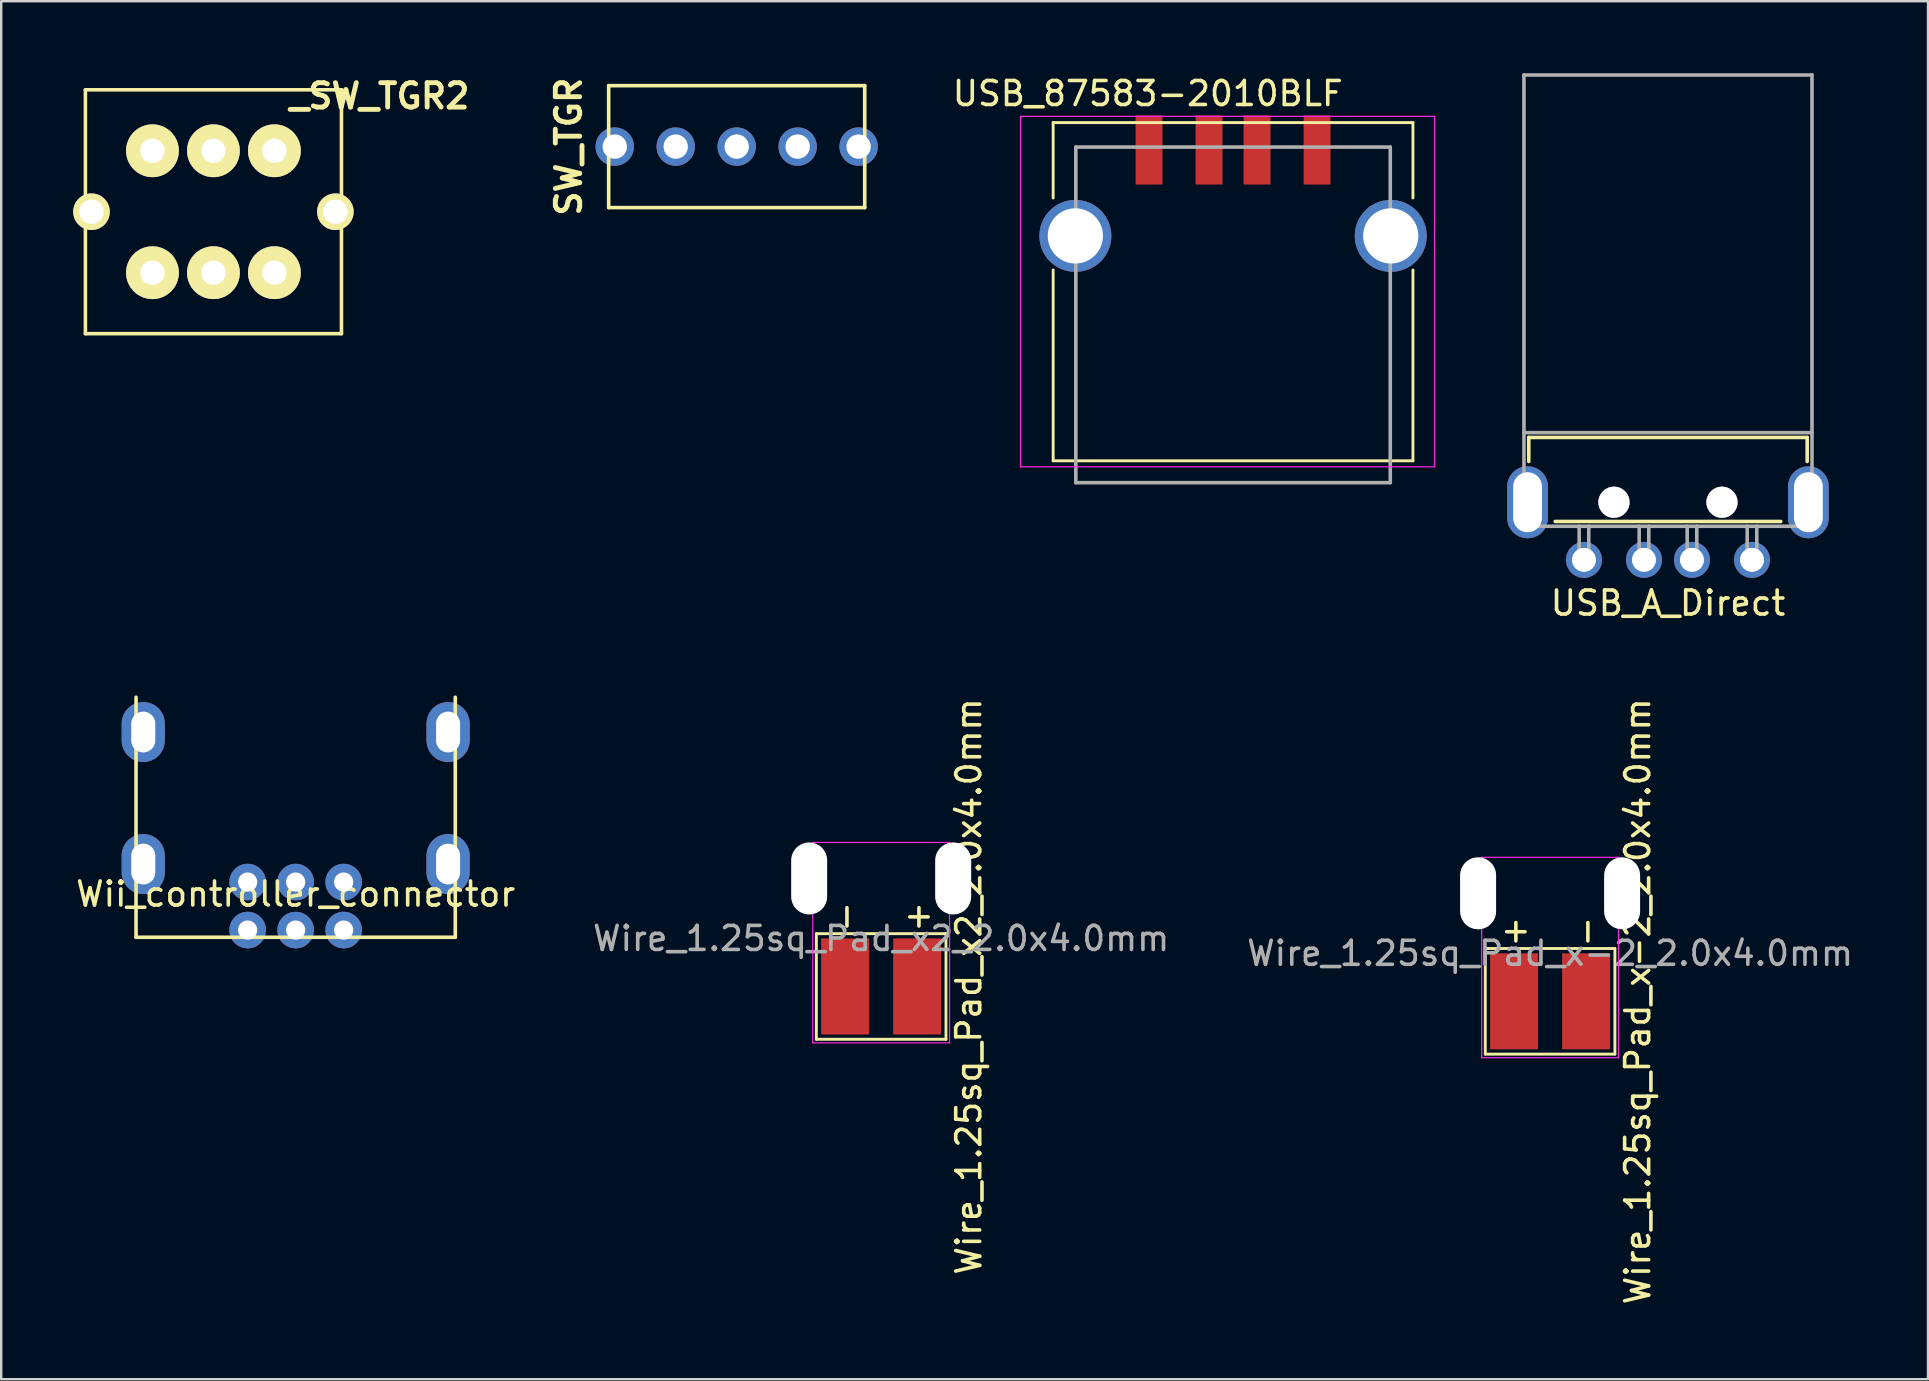
<source format=kicad_pcb>
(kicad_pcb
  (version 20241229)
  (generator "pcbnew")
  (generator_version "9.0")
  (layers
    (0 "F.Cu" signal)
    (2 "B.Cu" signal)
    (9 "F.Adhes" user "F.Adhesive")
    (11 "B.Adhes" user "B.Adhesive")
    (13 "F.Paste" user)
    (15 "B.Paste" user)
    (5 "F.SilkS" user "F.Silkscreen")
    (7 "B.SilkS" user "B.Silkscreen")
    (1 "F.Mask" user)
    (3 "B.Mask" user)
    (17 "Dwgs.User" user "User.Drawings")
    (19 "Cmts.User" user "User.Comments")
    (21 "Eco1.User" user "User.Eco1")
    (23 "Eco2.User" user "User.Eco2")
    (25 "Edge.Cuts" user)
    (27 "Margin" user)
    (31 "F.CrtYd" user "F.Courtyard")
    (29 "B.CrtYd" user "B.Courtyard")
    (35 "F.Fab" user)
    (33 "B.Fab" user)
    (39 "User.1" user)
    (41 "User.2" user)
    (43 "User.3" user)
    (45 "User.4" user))
  (footprint "Wii_controller_connector"
    (layer "F.Cu")
    (at 9.268 33.698)
    (property "Reference" "Wii_controller_connector" (at 0 0.5 0) (layer "F.SilkS") (effects (font (size 1 1) (thickness 0.15))))
    (attr through_hole)
    (fp_line (start -6.65 2.3) (end -6.65 -7.7) (stroke (width 0.15) (type solid)) (layer "F.SilkS"))
    (fp_line (start -6.65 2.3) (end 6.65 2.3) (stroke (width 0.15) (type solid)) (layer "F.SilkS"))
    (fp_line (start 6.65 2.3) (end 6.65 -7.7) (stroke (width 0.15) (type solid)) (layer "F.SilkS"))
    (pad "1" thru_hole circle (at 2 2) (size 1.524 1.524) (drill 0.8) (layers "*.Cu" "*.Mask"))
    (pad "2" thru_hole circle (at 2 0) (size 1.524 1.524) (drill 0.8) (layers "*.Cu" "*.Mask"))
    (pad "3" thru_hole circle (at 0 2) (size 1.524 1.524) (drill 0.8) (layers "*.Cu" "*.Mask"))
    (pad "4" thru_hole circle (at 0 0) (size 1.524 1.524) (drill 0.8) (layers "*.Cu" "*.Mask"))
    (pad "5" thru_hole circle (at -2 2) (size 1.524 1.524) (drill 0.8) (layers "*.Cu" "*.Mask"))
    (pad "6" thru_hole circle (at -2 0) (size 1.524 1.524) (drill 0.8) (layers "*.Cu" "*.Mask"))
    (pad "7" thru_hole oval (at -6.35 -6.25) (size 1.8 2.5) (drill oval 1 1.7) (layers "*.Cu" "*.Mask"))
    (pad "7" thru_hole oval (at -6.35 -0.75) (size 1.8 2.5) (drill oval 1 1.7) (layers "*.Cu" "*.Mask"))
    (pad "7" thru_hole oval (at 6.35 -6.25) (size 1.8 2.5) (drill oval 1 1.7) (layers "*.Cu" "*.Mask"))
    (pad "7" thru_hole oval (at 6.35 -0.75) (size 1.8 2.5) (drill oval 1 1.7) (layers "*.Cu" "*.Mask")))
  (footprint "Wire_1.25sq_Pad_x2_2.0x4.0mm"
    (layer "F.Cu")
    (at 33.661 38.048)
    (property "Reference" "Wire_1.25sq_Pad_x2_2.0x4.0mm" (at 3.65 0 90) (layer "F.SilkS") (effects (font (size 1 1) (thickness 0.15))))
    (attr exclude_from_pos_files exclude_from_bom)
    (fp_line (start -2.7 -2.2) (end 2.7 -2.2) (stroke (width 0.12) (type solid)) (layer "F.SilkS"))
    (fp_line (start -2.7 2.2) (end -2.7 -2.2) (stroke (width 0.12) (type solid)) (layer "F.SilkS"))
    (fp_line (start 2.7 -2.2) (end 2.7 2.2) (stroke (width 0.12) (type solid)) (layer "F.SilkS"))
    (fp_line (start 2.7 2.2) (end -2.7 2.2) (stroke (width 0.12) (type solid)) (layer "F.SilkS"))
    (fp_line (start -2.85 -6) (end -2.85 2.35) (stroke (width 0.05) (type solid)) (layer "F.CrtYd"))
    (fp_line (start -2.85 -6) (end 2.85 -6) (stroke (width 0.05) (type solid)) (layer "F.CrtYd"))
    (fp_line (start 2.85 2.35) (end -2.85 2.35) (stroke (width 0.05) (type solid)) (layer "F.CrtYd"))
    (fp_line (start 2.85 2.35) (end 2.85 -6) (stroke (width 0.05) (type solid)) (layer "F.CrtYd"))
    (fp_text user "-" (at -1.5 -2.9 90) (layer "F.SilkS") (effects (font (size 1 1) (thickness 0.15))))
    (fp_text user "+" (at 1.5 -2.9 90) (layer "F.SilkS") (effects (font (size 1 1) (thickness 0.15))))
    (fp_text user "${REFERENCE}" (at 0 -2 0) (layer "F.Fab") (effects (font (size 1 1) (thickness 0.15))))
    (pad "" np_thru_hole oval (at -3 -4.5 90) (size 3 1.5) (drill oval 3 1.5) (layers "*.Cu" "*.Mask"))
    (pad "" np_thru_hole oval (at 3 -4.5 90) (size 3 1.5) (drill oval 3 1.5) (layers "*.Cu" "*.Mask"))
    (pad "1" smd rect (at 1.5 0) (size 2 4) (layers "F.Cu" "F.Mask"))
    (pad "2" smd rect (at -1.5 0) (size 2 4) (layers "F.Cu" "F.Mask")))
  (footprint "Wire_1.25sq_Pad_x-2_2.0x4.0mm"
    (layer "F.Cu")
    (at 61.53 38.667)
    (property "Reference" "Wire_1.25sq_Pad_x-2_2.0x4.0mm" (at 3.65 0 90) (layer "F.SilkS") (effects (font (size 1 1) (thickness 0.15))))
    (attr exclude_from_pos_files exclude_from_bom)
    (fp_line (start -2.7 -2.2) (end 2.7 -2.2) (stroke (width 0.12) (type solid)) (layer "F.SilkS"))
    (fp_line (start -2.7 2.2) (end -2.7 -2.2) (stroke (width 0.12) (type solid)) (layer "F.SilkS"))
    (fp_line (start 2.7 -2.2) (end 2.7 2.2) (stroke (width 0.12) (type solid)) (layer "F.SilkS"))
    (fp_line (start 2.7 2.2) (end -2.7 2.2) (stroke (width 0.12) (type solid)) (layer "F.SilkS"))
    (fp_line (start -2.85 -6) (end -2.85 2.35) (stroke (width 0.05) (type solid)) (layer "F.CrtYd"))
    (fp_line (start -2.85 -6) (end 2.85 -6) (stroke (width 0.05) (type solid)) (layer "F.CrtYd"))
    (fp_line (start 2.85 2.35) (end -2.85 2.35) (stroke (width 0.05) (type solid)) (layer "F.CrtYd"))
    (fp_line (start 2.85 2.35) (end 2.85 -6) (stroke (width 0.05) (type solid)) (layer "F.CrtYd"))
    (fp_text user "+" (at -1.5 -2.9 90) (layer "F.SilkS") (effects (font (size 1 1) (thickness 0.15))))
    (fp_text user "-" (at 1.5 -2.9 90) (layer "F.SilkS") (effects (font (size 1 1) (thickness 0.15))))
    (fp_text user "${REFERENCE}" (at 0 -2 0) (layer "F.Fab") (effects (font (size 1 1) (thickness 0.15))))
    (pad "" np_thru_hole oval (at -3 -4.5 90) (size 3 1.5) (drill oval 3 1.5) (layers "*.Cu" "*.Mask"))
    (pad "" np_thru_hole oval (at 3 -4.5 90) (size 3 1.5) (drill oval 3 1.5) (layers "*.Cu" "*.Mask"))
    (pad "1" smd rect (at -1.5 0) (size 2 4) (layers "F.Cu" "F.Mask"))
    (pad "2" smd rect (at 1.5 0) (size 2 4) (layers "F.Cu" "F.Mask")))
  (footprint "SW_TGR"
    (layer "F.Cu")
    (at 27.642 3.058)
    (property "Reference" "SW_TGR" (at -7 0 90) (layer "F.SilkS") (effects (font (size 1.016 1.016) (thickness 0.203))))
    (attr through_hole)
    (fp_line (start -5.334 -2.54) (end 5.334 -2.54) (stroke (width 0.15) (type solid)) (layer "F.SilkS"))
    (fp_line (start -5.334 2.54) (end -5.334 -2.54) (stroke (width 0.15) (type solid)) (layer "F.SilkS"))
    (fp_line (start 5.334 -2.54) (end 5.334 2.54) (stroke (width 0.15) (type solid)) (layer "F.SilkS"))
    (fp_line (start 5.334 2.54) (end -5.334 2.54) (stroke (width 0.15) (type solid)) (layer "F.SilkS"))
    (pad "1" thru_hole circle (at -2.54 0) (size 1.6 1.6) (drill 1.016) (layers "*.Cu" "*.Mask"))
    (pad "2" thru_hole circle (at 0 0) (size 1.6 1.6) (drill 1.016) (layers "*.Cu" "*.Mask"))
    (pad "3" thru_hole circle (at 2.54 0) (size 1.6 1.6) (drill 1.016) (layers "*.Cu" "*.Mask"))
    (pad "NC" thru_hole circle (at -5.08 0) (size 1.6 1.6) (drill 1.016) (layers "*.Cu" "*.Mask"))
    (pad "NC" thru_hole circle (at 5.08 0) (size 1.6 1.6) (drill 1.016) (layers "*.Cu" "*.Mask")))
  (footprint "USB_87583-2010BLF"
    (layer "F.Cu")
    (at 48.321 6.778)
    (property "Reference" "USB_87583-2010BLF" (at -3.555 -5.93 0) (layer "F.SilkS") (effects (font (size 1 1) (thickness 0.15))))
    (attr through_hole)
    (fp_line (start -7.495 -4.72) (end -7.495 -1.58) (stroke (width 0.12) (type solid)) (layer "F.SilkS"))
    (fp_line (start -7.495 1.42) (end -7.495 9.37) (stroke (width 0.12) (type solid)) (layer "F.SilkS"))
    (fp_line (start 7.495 -4.72) (end -7.495 -4.72) (stroke (width 0.12) (type solid)) (layer "F.SilkS"))
    (fp_line (start 7.495 -4.72) (end 7.495 -1.58) (stroke (width 0.12) (type solid)) (layer "F.SilkS"))
    (fp_line (start 7.495 1.42) (end 7.495 9.37) (stroke (width 0.12) (type solid)) (layer "F.SilkS"))
    (fp_line (start 7.495 9.37) (end -7.495 9.37) (stroke (width 0.12) (type solid)) (layer "F.SilkS"))
    (fp_line (start -8.855 -4.98) (end 8.395 -4.98) (stroke (width 0.05) (type solid)) (layer "F.CrtYd"))
    (fp_line (start -8.855 9.62) (end -8.855 -4.98) (stroke (width 0.05) (type solid)) (layer "F.CrtYd"))
    (fp_line (start -8.855 9.62) (end 8.395 9.62) (stroke (width 0.05) (type solid)) (layer "F.CrtYd"))
    (fp_line (start 8.395 -4.98) (end 8.395 9.62) (stroke (width 0.05) (type solid)) (layer "F.CrtYd"))
    (fp_line (start -6.55 -3.7) (end -6.55 10.28) (stroke (width 0.15) (type solid)) (layer "F.Fab"))
    (fp_line (start -6.55 -3.7) (end 6.55 -3.7) (stroke (width 0.15) (type solid)) (layer "F.Fab"))
    (fp_line (start -6.55 10.28) (end 6.55 10.28) (stroke (width 0.15) (type solid)) (layer "F.Fab"))
    (fp_line (start 6.55 -3.7) (end 6.55 10.28) (stroke (width 0.15) (type solid)) (layer "F.Fab"))
    (pad "1" smd rect (at -3.5 -3.58) (size 1.12 2.88) (layers "F.Cu" "F.Mask" "F.Paste"))
    (pad "2" smd rect (at -1 -3.58) (size 1.12 2.88) (layers "F.Cu" "F.Mask" "F.Paste"))
    (pad "3" smd rect (at 1 -3.58) (size 1.12 2.88) (layers "F.Cu" "F.Mask" "F.Paste"))
    (pad "4" smd rect (at 3.5 -3.58) (size 1.12 2.88) (layers "F.Cu" "F.Mask" "F.Paste"))
    (pad "5" thru_hole circle (at -6.57 0 270) (size 3 3) (drill 2.3) (layers "*.Cu" "*.Mask"))
    (pad "5" thru_hole circle (at 6.57 0 270) (size 3 3) (drill 2.3) (layers "*.Cu" "*.Mask")))
  (footprint "USB_A_Direct"
    (layer "F.Cu")
    (at 66.441 20.275)
    (property "Reference" "USB_A_Direct" (at 0 1.8 0) (layer "F.SilkS") (effects (font (size 1 1) (thickness 0.15))))
    (attr through_hole)
    (fp_line (start -5.8 -5.1) (end -5.8 -4.1) (stroke (width 0.15) (type solid)) (layer "F.SilkS"))
    (fp_line (start -5.8 -5.1) (end 5.8 -5.1) (stroke (width 0.15) (type solid)) (layer "F.SilkS"))
    (fp_line (start -4.7 -1.6) (end 4.7 -1.6) (stroke (width 0.15) (type solid)) (layer "F.SilkS"))
    (fp_line (start 5.8 -5.1) (end 5.8 -4.1) (stroke (width 0.15) (type solid)) (layer "F.SilkS"))
    (fp_line (start -6 -20.2) (end -6 -1.4) (stroke (width 0.15) (type solid)) (layer "F.Fab"))
    (fp_line (start -6 -20.2) (end 6 -20.2) (stroke (width 0.15) (type solid)) (layer "F.Fab"))
    (fp_line (start -6 -5.3) (end 6 -5.3) (stroke (width 0.15) (type solid)) (layer "F.Fab"))
    (fp_line (start -6 -1.4) (end 6 -1.4) (stroke (width 0.15) (type solid)) (layer "F.Fab"))
    (fp_line (start -3.7 0.1) (end -3.7 -1.4) (stroke (width 0.15) (type solid)) (layer "F.Fab"))
    (fp_line (start -3.3 -1.4) (end -3.3 0.1) (stroke (width 0.15) (type solid)) (layer "F.Fab"))
    (fp_line (start -3.3 0.1) (end -3.7 0.1) (stroke (width 0.15) (type solid)) (layer "F.Fab"))
    (fp_line (start -1.2 -1.4) (end -1.2 0.1) (stroke (width 0.15) (type solid)) (layer "F.Fab"))
    (fp_line (start -1.2 0.1) (end -0.8 0.1) (stroke (width 0.15) (type solid)) (layer "F.Fab"))
    (fp_line (start -0.8 0.1) (end -0.8 -1.4) (stroke (width 0.15) (type solid)) (layer "F.Fab"))
    (fp_line (start 0.8 -1.4) (end 0.8 0.1) (stroke (width 0.15) (type solid)) (layer "F.Fab"))
    (fp_line (start 0.8 0.1) (end 1.2 0.1) (stroke (width 0.15) (type solid)) (layer "F.Fab"))
    (fp_line (start 1.2 0.1) (end 1.2 -1.4) (stroke (width 0.15) (type solid)) (layer "F.Fab"))
    (fp_line (start 3.3 -1.4) (end 3.3 0.1) (stroke (width 0.15) (type solid)) (layer "F.Fab"))
    (fp_line (start 3.3 0.1) (end 3.7 0.1) (stroke (width 0.15) (type solid)) (layer "F.Fab"))
    (fp_line (start 3.7 0.1) (end 3.7 -1.4) (stroke (width 0.15) (type solid)) (layer "F.Fab"))
    (fp_line (start 6 -20.2) (end 6 -1.4) (stroke (width 0.15) (type solid)) (layer "F.Fab"))
    (pad "1" thru_hole circle (at -3.5 0 270) (size 1.5 1.5) (drill 1) (layers "*.Cu" "*.Mask"))
    (pad "2" thru_hole circle (at -1 0 270) (size 1.5 1.5) (drill 1) (layers "*.Cu" "*.Mask"))
    (pad "3" thru_hole circle (at 1 0 270) (size 1.5 1.5) (drill 1) (layers "*.Cu" "*.Mask"))
    (pad "4" thru_hole circle (at 3.5 0 270) (size 1.5 1.5) (drill 1) (layers "*.Cu" "*.Mask"))
    (pad "5" thru_hole oval (at -5.85 -2.4 270) (size 3 1.7) (drill oval 2.5 1.2) (layers "*.Cu" "*.Mask"))
    (pad "5" thru_hole oval (at 5.85 -2.4 270) (size 3 1.7) (drill oval 2.5 1.2) (layers "*.Cu" "*.Mask"))
    (pad "NC" thru_hole circle (at -2.25 -2.4 270) (size 1.3 1.3) (drill 1.3) (layers "*.Cu" "*.Mask"))
    (pad "NC" thru_hole circle (at 2.25 -2.4 270) (size 1.3 1.3) (drill 1.3) (layers "*.Cu" "*.Mask")))
  (footprint "_SW_TGR2"
    (layer "F.Cu")
    (at 5.842 5.771)
    (property "Reference" "_SW_TGR2" (at 6.92 -4.82 0) (layer "F.SilkS") (effects (font (size 1.016 1.016) (thickness 0.203))))
    (attr through_hole)
    (fp_line (start -5.334 -5.08) (end 5.334 -5.08) (stroke (width 0.15) (type solid)) (layer "F.SilkS"))
    (fp_line (start -5.334 5.08) (end -5.334 -5.08) (stroke (width 0.15) (type solid)) (layer "F.SilkS"))
    (fp_line (start 5.334 -5.08) (end 5.334 5.08) (stroke (width 0.15) (type solid)) (layer "F.SilkS"))
    (fp_line (start 5.334 5.08) (end -5.334 5.08) (stroke (width 0.15) (type solid)) (layer "F.SilkS"))
    (pad "1" thru_hole circle (at -2.54 2.54) (size 2.2 2.2) (drill 1.016) (layers "*.Cu" "*.Mask" "F.SilkS"))
    (pad "2" thru_hole circle (at 0 2.54) (size 2.2 2.2) (drill 1.016) (layers "*.Cu" "*.Mask" "F.SilkS"))
    (pad "3" thru_hole circle (at 2.54 2.54) (size 2.2 2.2) (drill 1.016) (layers "*.Cu" "*.Mask" "F.SilkS"))
    (pad "4" thru_hole circle (at -2.54 -2.54) (size 2.2 2.2) (drill 1.016) (layers "*.Cu" "*.Mask" "F.SilkS"))
    (pad "5" thru_hole circle (at 0 -2.54) (size 2.2 2.2) (drill 1.016) (layers "*.Cu" "*.Mask" "F.SilkS"))
    (pad "6" thru_hole circle (at 2.54 -2.54) (size 2.2 2.2) (drill 1.016) (layers "*.Cu" "*.Mask" "F.SilkS"))
    (pad "NC" thru_hole circle (at -5.08 0) (size 1.524 1.524) (drill 1.016) (layers "*.Cu" "*.Mask" "F.SilkS"))
    (pad "NC" thru_hole circle (at 5.08 0) (size 1.524 1.524) (drill 1.016) (layers "*.Cu" "*.Mask" "F.SilkS")))
  (gr_rect
    (start -3 -3)
    (end 77.274 54.411)
    (stroke (width 0.1) (type default))
    (fill no)
    (layer "Edge.Cuts")))
</source>
